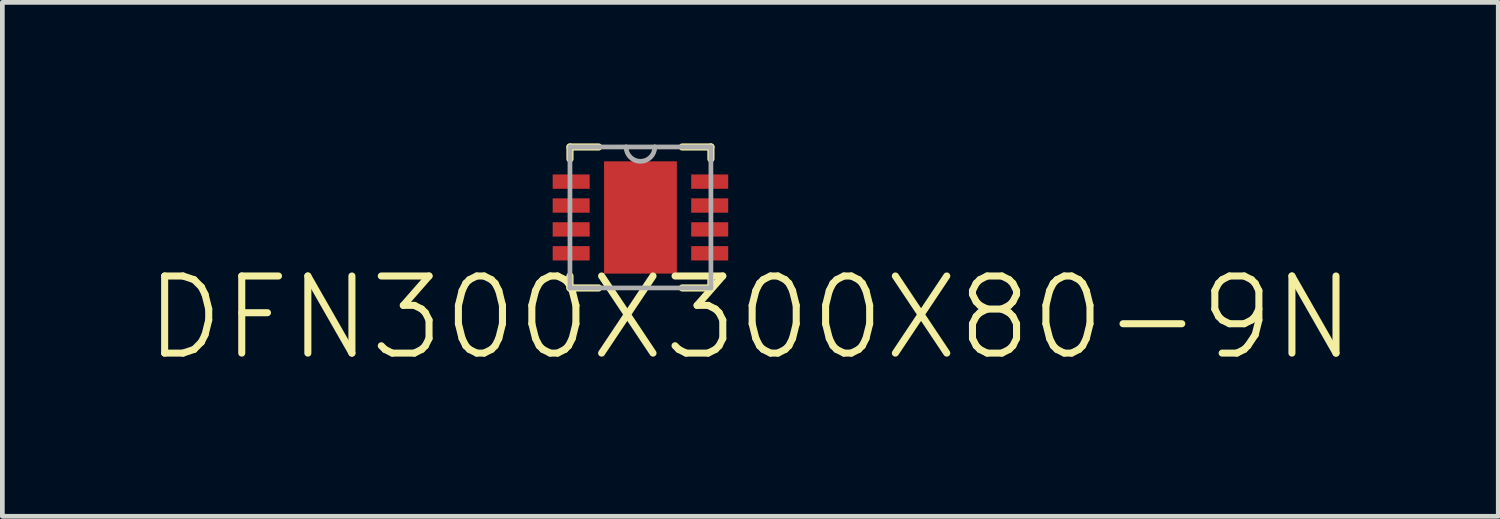
<source format=kicad_pcb>
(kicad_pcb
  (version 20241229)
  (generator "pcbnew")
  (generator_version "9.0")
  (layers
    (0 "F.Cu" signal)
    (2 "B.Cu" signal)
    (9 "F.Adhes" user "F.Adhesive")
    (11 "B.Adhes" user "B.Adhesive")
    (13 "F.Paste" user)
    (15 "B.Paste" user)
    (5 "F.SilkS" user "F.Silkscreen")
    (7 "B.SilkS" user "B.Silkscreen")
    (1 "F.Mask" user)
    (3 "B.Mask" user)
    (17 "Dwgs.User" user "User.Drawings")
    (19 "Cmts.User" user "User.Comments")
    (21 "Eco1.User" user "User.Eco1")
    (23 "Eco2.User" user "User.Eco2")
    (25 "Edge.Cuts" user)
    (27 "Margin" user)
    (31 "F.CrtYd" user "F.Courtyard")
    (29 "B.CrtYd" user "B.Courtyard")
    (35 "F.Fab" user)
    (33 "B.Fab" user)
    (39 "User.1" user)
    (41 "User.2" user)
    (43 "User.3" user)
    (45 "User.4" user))
  (footprint "DFN300X300X80-9N"
    (layer "F.Cu")
    (at 10.571 1.575)
    (property "Reference" "DFN300X300X80-9N" (at 2.337 2.134 0) (layer "F.SilkS") (effects (font (size 1.64 1.64) (thickness 0.15))))
    (attr smd)
    (fp_line (start -1.499 -1.499) (end -1.499 -1.245) (stroke (width 0.152) (type solid)) (layer "F.SilkS"))
    (fp_line (start -1.499 1.245) (end -1.499 1.499) (stroke (width 0.152) (type solid)) (layer "F.SilkS"))
    (fp_line (start -1.499 1.499) (end -0.889 1.499) (stroke (width 0.152) (type solid)) (layer "F.SilkS"))
    (fp_line (start -0.889 -1.499) (end -1.499 -1.499) (stroke (width 0.152) (type solid)) (layer "F.SilkS"))
    (fp_line (start 0.889 1.499) (end 1.499 1.499) (stroke (width 0.152) (type solid)) (layer "F.SilkS"))
    (fp_line (start 1.499 -1.499) (end 0.889 -1.499) (stroke (width 0.152) (type solid)) (layer "F.SilkS"))
    (fp_line (start 1.499 -1.245) (end 1.499 -1.499) (stroke (width 0.152) (type solid)) (layer "F.SilkS"))
    (fp_line (start 1.499 1.499) (end 1.499 1.245) (stroke (width 0.152) (type solid)) (layer "F.SilkS"))
    (fp_line (start -1.499 -1.499) (end -1.499 1.499) (stroke (width 0.1) (type solid)) (layer "F.Fab"))
    (fp_line (start -1.499 1.499) (end 1.499 1.499) (stroke (width 0.1) (type solid)) (layer "F.Fab"))
    (fp_line (start -0.305 -1.499) (end -1.499 -1.499) (stroke (width 0.1) (type solid)) (layer "F.Fab"))
    (fp_line (start 0.305 -1.499) (end -0.305 -1.499) (stroke (width 0.1) (type solid)) (layer "F.Fab"))
    (fp_line (start 1.499 -1.499) (end 0.305 -1.499) (stroke (width 0.1) (type solid)) (layer "F.Fab"))
    (fp_line (start 1.499 1.499) (end 1.499 -1.499) (stroke (width 0.1) (type solid)) (layer "F.Fab"))
    (fp_arc (start 0.3048 -1.4986) (mid 0 -1.1938) (end -0.3048 -1.4986) (stroke (width 0.1) (type solid)) (layer "F.Fab"))
    (pad "1" smd rect (at -1.473 -0.762) (size 0.787 0.305) (layers "F.Cu" "F.Mask" "F.Paste"))
    (pad "2" smd rect (at -1.473 -0.254) (size 0.787 0.305) (layers "F.Cu" "F.Mask" "F.Paste"))
    (pad "3" smd rect (at -1.473 0.254) (size 0.787 0.305) (layers "F.Cu" "F.Mask" "F.Paste"))
    (pad "4" smd rect (at -1.473 0.762) (size 0.787 0.305) (layers "F.Cu" "F.Mask" "F.Paste"))
    (pad "5" smd rect (at 1.473 0.762) (size 0.787 0.305) (layers "F.Cu" "F.Mask" "F.Paste"))
    (pad "6" smd rect (at 1.473 0.254) (size 0.787 0.305) (layers "F.Cu" "F.Mask" "F.Paste"))
    (pad "7" smd rect (at 1.473 -0.254) (size 0.787 0.305) (layers "F.Cu" "F.Mask" "F.Paste"))
    (pad "8" smd rect (at 1.473 -0.762) (size 0.787 0.305) (layers "F.Cu" "F.Mask" "F.Paste"))
    (pad "9" smd rect (at 0 0) (size 1.549 2.388) (layers "F.Cu" "F.Mask" "F.Paste")))
  (gr_rect
    (start -3 -3)
    (end 28.815 7.931)
    (stroke (width 0.1) (type default))
    (fill no)
    (layer "Edge.Cuts")))
</source>
